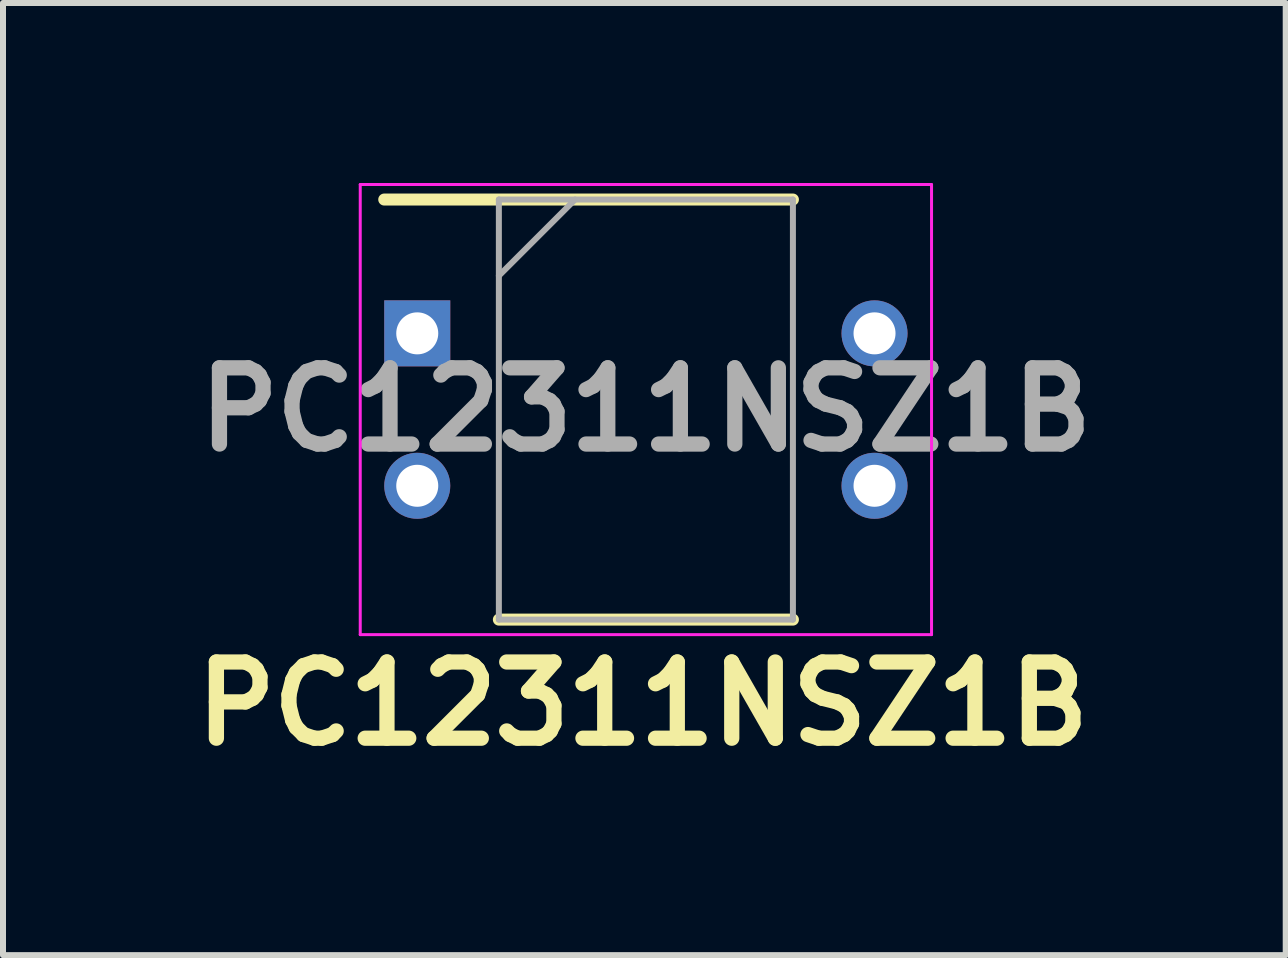
<source format=kicad_pcb>
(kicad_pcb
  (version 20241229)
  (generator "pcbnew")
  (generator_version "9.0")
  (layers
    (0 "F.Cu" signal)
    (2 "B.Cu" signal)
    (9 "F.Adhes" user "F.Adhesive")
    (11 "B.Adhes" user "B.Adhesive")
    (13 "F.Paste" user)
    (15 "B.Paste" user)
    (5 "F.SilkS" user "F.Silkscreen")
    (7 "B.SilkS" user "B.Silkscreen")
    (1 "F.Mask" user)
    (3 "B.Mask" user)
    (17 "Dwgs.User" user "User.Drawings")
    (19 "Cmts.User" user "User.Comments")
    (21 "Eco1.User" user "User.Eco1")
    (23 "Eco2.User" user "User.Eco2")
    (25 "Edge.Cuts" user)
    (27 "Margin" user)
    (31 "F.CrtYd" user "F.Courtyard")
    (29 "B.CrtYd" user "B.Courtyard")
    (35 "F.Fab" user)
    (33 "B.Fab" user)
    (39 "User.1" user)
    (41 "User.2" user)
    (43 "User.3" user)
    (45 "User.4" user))
  (footprint "PC12311NSZ1B"
    (layer "F.Cu")
    (at 7.713 3.775)
    (property "Reference" "PC12311NSZ1B" (at -0.051 4.902 0) (layer "F.SilkS") (effects (font (size 1.27 1.27) (thickness 0.254))))
    (attr through_hole)
    (fp_line (start -4.36 -3.5) (end 2.45 -3.5) (stroke (width 0.2) (type solid)) (layer "F.SilkS"))
    (fp_line (start -2.45 3.5) (end 2.45 3.5) (stroke (width 0.2) (type solid)) (layer "F.SilkS"))
    (fp_line (start -4.76 -3.75) (end 4.76 -3.75) (stroke (width 0.05) (type solid)) (layer "F.CrtYd"))
    (fp_line (start -4.76 3.75) (end -4.76 -3.75) (stroke (width 0.05) (type solid)) (layer "F.CrtYd"))
    (fp_line (start 4.76 -3.75) (end 4.76 3.75) (stroke (width 0.05) (type solid)) (layer "F.CrtYd"))
    (fp_line (start 4.76 3.75) (end -4.76 3.75) (stroke (width 0.05) (type solid)) (layer "F.CrtYd"))
    (fp_line (start -2.45 -3.5) (end 2.45 -3.5) (stroke (width 0.1) (type solid)) (layer "F.Fab"))
    (fp_line (start -2.45 -2.23) (end -1.18 -3.5) (stroke (width 0.1) (type solid)) (layer "F.Fab"))
    (fp_line (start -2.45 3.5) (end -2.45 -3.5) (stroke (width 0.1) (type solid)) (layer "F.Fab"))
    (fp_line (start 2.45 -3.5) (end 2.45 3.5) (stroke (width 0.1) (type solid)) (layer "F.Fab"))
    (fp_line (start 2.45 3.5) (end -2.45 3.5) (stroke (width 0.1) (type solid)) (layer "F.Fab"))
    (fp_text user "${REFERENCE}" (at 0 0 0) (layer "F.Fab") (effects (font (size 1.27 1.27) (thickness 0.254))))
    (pad "1" thru_hole rect (at -3.81 -1.27) (size 1.1 1.1) (drill 0.7) (layers "*.Cu" "*.Mask"))
    (pad "2" thru_hole circle (at -3.81 1.27) (size 1.1 1.1) (drill 0.7) (layers "*.Cu" "*.Mask"))
    (pad "3" thru_hole circle (at 3.81 1.27) (size 1.1 1.1) (drill 0.7) (layers "*.Cu" "*.Mask"))
    (pad "4" thru_hole circle (at 3.81 -1.27) (size 1.1 1.1) (drill 0.7) (layers "*.Cu" "*.Mask")))
  (gr_rect
    (start -3 -3)
    (end 18.375 12.866)
    (stroke (width 0.1) (type default))
    (fill no)
    (layer "Edge.Cuts")))
</source>
